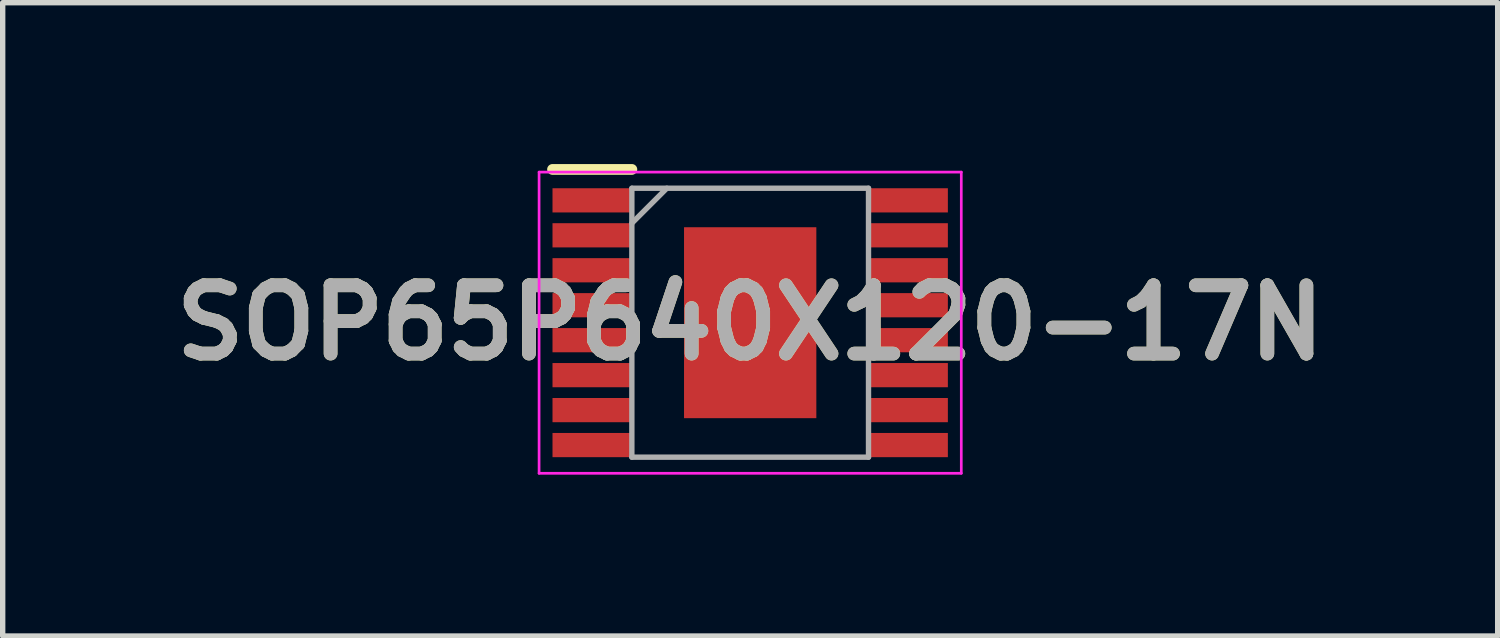
<source format=kicad_pcb>
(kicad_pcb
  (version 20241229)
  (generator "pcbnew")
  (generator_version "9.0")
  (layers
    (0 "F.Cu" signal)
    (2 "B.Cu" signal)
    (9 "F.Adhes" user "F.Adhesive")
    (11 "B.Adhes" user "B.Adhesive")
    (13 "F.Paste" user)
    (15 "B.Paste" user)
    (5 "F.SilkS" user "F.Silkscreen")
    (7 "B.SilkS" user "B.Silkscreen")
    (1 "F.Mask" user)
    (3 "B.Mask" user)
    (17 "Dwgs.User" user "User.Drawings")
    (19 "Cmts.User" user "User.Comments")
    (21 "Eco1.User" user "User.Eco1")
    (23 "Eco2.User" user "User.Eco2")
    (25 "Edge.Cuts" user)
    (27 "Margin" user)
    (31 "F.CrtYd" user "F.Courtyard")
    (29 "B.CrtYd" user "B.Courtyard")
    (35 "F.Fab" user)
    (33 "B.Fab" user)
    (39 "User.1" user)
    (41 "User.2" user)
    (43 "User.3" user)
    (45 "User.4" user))
  (footprint "SOP65P640X120-17N"
    (layer "F.Cu")
    (at 10.898 2.95)
    (property "Reference" "SOP65P640X120-17N" (at 0 0 0) (layer "F.SilkS") (effects (font (size 1.27 1.27) (thickness 0.254))))
    (attr smd)
    (fp_line (start -3.675 -2.85) (end -2.2 -2.85) (stroke (width 0.2) (type solid)) (layer "F.SilkS"))
    (fp_line (start -3.925 -2.8) (end 3.925 -2.8) (stroke (width 0.05) (type solid)) (layer "F.CrtYd"))
    (fp_line (start -3.925 2.8) (end -3.925 -2.8) (stroke (width 0.05) (type solid)) (layer "F.CrtYd"))
    (fp_line (start 3.925 -2.8) (end 3.925 2.8) (stroke (width 0.05) (type solid)) (layer "F.CrtYd"))
    (fp_line (start 3.925 2.8) (end -3.925 2.8) (stroke (width 0.05) (type solid)) (layer "F.CrtYd"))
    (fp_line (start -2.2 -2.5) (end 2.2 -2.5) (stroke (width 0.1) (type solid)) (layer "F.Fab"))
    (fp_line (start -2.2 -1.85) (end -1.55 -2.5) (stroke (width 0.1) (type solid)) (layer "F.Fab"))
    (fp_line (start -2.2 2.5) (end -2.2 -2.5) (stroke (width 0.1) (type solid)) (layer "F.Fab"))
    (fp_line (start 2.2 -2.5) (end 2.2 2.5) (stroke (width 0.1) (type solid)) (layer "F.Fab"))
    (fp_line (start 2.2 2.5) (end -2.2 2.5) (stroke (width 0.1) (type solid)) (layer "F.Fab"))
    (fp_text user "${REFERENCE}" (at 0 0 0) (layer "F.Fab") (effects (font (size 1.27 1.27) (thickness 0.254))))
    (pad "1" smd rect (at -2.938 -2.275 90) (size 0.45 1.475) (layers "F.Cu" "F.Mask" "F.Paste"))
    (pad "2" smd rect (at -2.938 -1.625 90) (size 0.45 1.475) (layers "F.Cu" "F.Mask" "F.Paste"))
    (pad "3" smd rect (at -2.938 -0.975 90) (size 0.45 1.475) (layers "F.Cu" "F.Mask" "F.Paste"))
    (pad "4" smd rect (at -2.938 -0.325 90) (size 0.45 1.475) (layers "F.Cu" "F.Mask" "F.Paste"))
    (pad "5" smd rect (at -2.938 0.325 90) (size 0.45 1.475) (layers "F.Cu" "F.Mask" "F.Paste"))
    (pad "6" smd rect (at -2.938 0.975 90) (size 0.45 1.475) (layers "F.Cu" "F.Mask" "F.Paste"))
    (pad "7" smd rect (at -2.938 1.625 90) (size 0.45 1.475) (layers "F.Cu" "F.Mask" "F.Paste"))
    (pad "8" smd rect (at -2.938 2.275 90) (size 0.45 1.475) (layers "F.Cu" "F.Mask" "F.Paste"))
    (pad "9" smd rect (at 2.938 2.275 90) (size 0.45 1.475) (layers "F.Cu" "F.Mask" "F.Paste"))
    (pad "10" smd rect (at 2.938 1.625 90) (size 0.45 1.475) (layers "F.Cu" "F.Mask" "F.Paste"))
    (pad "11" smd rect (at 2.938 0.975 90) (size 0.45 1.475) (layers "F.Cu" "F.Mask" "F.Paste"))
    (pad "12" smd rect (at 2.938 0.325 90) (size 0.45 1.475) (layers "F.Cu" "F.Mask" "F.Paste"))
    (pad "13" smd rect (at 2.938 -0.325 90) (size 0.45 1.475) (layers "F.Cu" "F.Mask" "F.Paste"))
    (pad "14" smd rect (at 2.938 -0.975 90) (size 0.45 1.475) (layers "F.Cu" "F.Mask" "F.Paste"))
    (pad "15" smd rect (at 2.938 -1.625 90) (size 0.45 1.475) (layers "F.Cu" "F.Mask" "F.Paste"))
    (pad "16" smd rect (at 2.938 -2.275 90) (size 0.45 1.475) (layers "F.Cu" "F.Mask" "F.Paste"))
    (pad "17" smd rect (at 0 0) (size 2.46 3.55) (layers "F.Cu" "F.Mask" "F.Paste")))
  (gr_rect
    (start -3 -3)
    (end 24.796 8.775)
    (stroke (width 0.1) (type default))
    (fill no)
    (layer "Edge.Cuts")))
</source>
